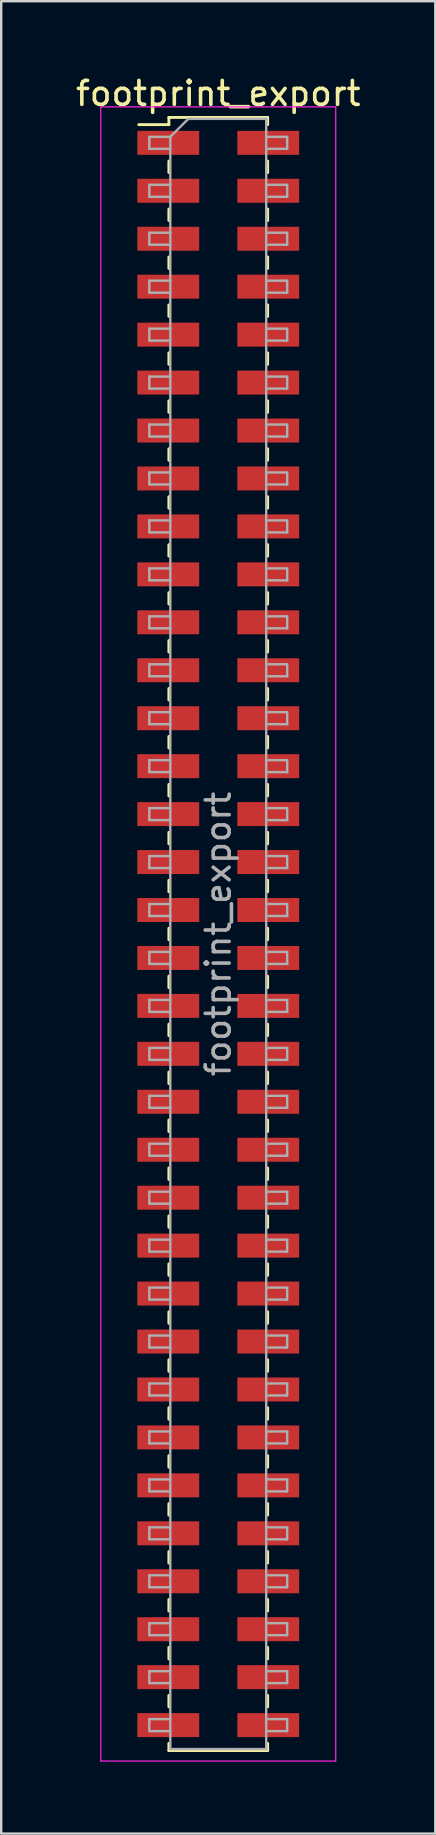
<source format=kicad_pcb>
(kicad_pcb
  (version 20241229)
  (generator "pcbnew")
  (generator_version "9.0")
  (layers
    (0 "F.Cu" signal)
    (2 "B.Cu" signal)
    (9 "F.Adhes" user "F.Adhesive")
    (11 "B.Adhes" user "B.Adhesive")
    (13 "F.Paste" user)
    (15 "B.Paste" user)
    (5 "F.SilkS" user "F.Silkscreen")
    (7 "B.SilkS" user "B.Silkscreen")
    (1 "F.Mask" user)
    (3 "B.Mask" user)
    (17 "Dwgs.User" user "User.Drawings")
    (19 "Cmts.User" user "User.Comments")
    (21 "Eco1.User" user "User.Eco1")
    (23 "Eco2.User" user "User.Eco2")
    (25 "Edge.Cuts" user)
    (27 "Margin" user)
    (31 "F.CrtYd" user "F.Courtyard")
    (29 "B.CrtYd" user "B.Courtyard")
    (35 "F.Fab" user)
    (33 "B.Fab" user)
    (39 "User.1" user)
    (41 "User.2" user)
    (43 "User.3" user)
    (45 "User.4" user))
  (footprint "footprint_export"
    (layer "F.Cu")
    (at 6.054 35.908)
    (property "Reference" "footprint_export" (at 0 -35.06 0) (layer "F.SilkS") (effects (font (size 1 1) (thickness 0.15))))
    (attr smd)
    (fp_line (start -3.315 -33.76) (end -2.06 -33.76) (stroke (width 0.12) (type solid)) (layer "F.SilkS"))
    (fp_line (start -2.06 -34.06) (end -2.06 -33.76) (stroke (width 0.12) (type solid)) (layer "F.SilkS"))
    (fp_line (start -2.06 -34.06) (end 2.06 -34.06) (stroke (width 0.12) (type solid)) (layer "F.SilkS"))
    (fp_line (start -2.06 -32.24) (end -2.06 -31.76) (stroke (width 0.12) (type solid)) (layer "F.SilkS"))
    (fp_line (start -2.06 -30.24) (end -2.06 -29.76) (stroke (width 0.12) (type solid)) (layer "F.SilkS"))
    (fp_line (start -2.06 -28.24) (end -2.06 -27.76) (stroke (width 0.12) (type solid)) (layer "F.SilkS"))
    (fp_line (start -2.06 -26.24) (end -2.06 -25.76) (stroke (width 0.12) (type solid)) (layer "F.SilkS"))
    (fp_line (start -2.06 -24.24) (end -2.06 -23.76) (stroke (width 0.12) (type solid)) (layer "F.SilkS"))
    (fp_line (start -2.06 -22.24) (end -2.06 -21.76) (stroke (width 0.12) (type solid)) (layer "F.SilkS"))
    (fp_line (start -2.06 -20.24) (end -2.06 -19.76) (stroke (width 0.12) (type solid)) (layer "F.SilkS"))
    (fp_line (start -2.06 -18.24) (end -2.06 -17.76) (stroke (width 0.12) (type solid)) (layer "F.SilkS"))
    (fp_line (start -2.06 -16.24) (end -2.06 -15.76) (stroke (width 0.12) (type solid)) (layer "F.SilkS"))
    (fp_line (start -2.06 -14.24) (end -2.06 -13.76) (stroke (width 0.12) (type solid)) (layer "F.SilkS"))
    (fp_line (start -2.06 -12.24) (end -2.06 -11.76) (stroke (width 0.12) (type solid)) (layer "F.SilkS"))
    (fp_line (start -2.06 -10.24) (end -2.06 -9.76) (stroke (width 0.12) (type solid)) (layer "F.SilkS"))
    (fp_line (start -2.06 -8.24) (end -2.06 -7.76) (stroke (width 0.12) (type solid)) (layer "F.SilkS"))
    (fp_line (start -2.06 -6.24) (end -2.06 -5.76) (stroke (width 0.12) (type solid)) (layer "F.SilkS"))
    (fp_line (start -2.06 -4.24) (end -2.06 -3.76) (stroke (width 0.12) (type solid)) (layer "F.SilkS"))
    (fp_line (start -2.06 -2.24) (end -2.06 -1.76) (stroke (width 0.12) (type solid)) (layer "F.SilkS"))
    (fp_line (start -2.06 -0.24) (end -2.06 0.24) (stroke (width 0.12) (type solid)) (layer "F.SilkS"))
    (fp_line (start -2.06 1.76) (end -2.06 2.24) (stroke (width 0.12) (type solid)) (layer "F.SilkS"))
    (fp_line (start -2.06 3.76) (end -2.06 4.24) (stroke (width 0.12) (type solid)) (layer "F.SilkS"))
    (fp_line (start -2.06 5.76) (end -2.06 6.24) (stroke (width 0.12) (type solid)) (layer "F.SilkS"))
    (fp_line (start -2.06 7.76) (end -2.06 8.24) (stroke (width 0.12) (type solid)) (layer "F.SilkS"))
    (fp_line (start -2.06 9.76) (end -2.06 10.24) (stroke (width 0.12) (type solid)) (layer "F.SilkS"))
    (fp_line (start -2.06 11.76) (end -2.06 12.24) (stroke (width 0.12) (type solid)) (layer "F.SilkS"))
    (fp_line (start -2.06 13.76) (end -2.06 14.24) (stroke (width 0.12) (type solid)) (layer "F.SilkS"))
    (fp_line (start -2.06 15.76) (end -2.06 16.24) (stroke (width 0.12) (type solid)) (layer "F.SilkS"))
    (fp_line (start -2.06 17.76) (end -2.06 18.24) (stroke (width 0.12) (type solid)) (layer "F.SilkS"))
    (fp_line (start -2.06 19.76) (end -2.06 20.24) (stroke (width 0.12) (type solid)) (layer "F.SilkS"))
    (fp_line (start -2.06 21.76) (end -2.06 22.24) (stroke (width 0.12) (type solid)) (layer "F.SilkS"))
    (fp_line (start -2.06 23.76) (end -2.06 24.24) (stroke (width 0.12) (type solid)) (layer "F.SilkS"))
    (fp_line (start -2.06 25.76) (end -2.06 26.24) (stroke (width 0.12) (type solid)) (layer "F.SilkS"))
    (fp_line (start -2.06 27.76) (end -2.06 28.24) (stroke (width 0.12) (type solid)) (layer "F.SilkS"))
    (fp_line (start -2.06 29.76) (end -2.06 30.24) (stroke (width 0.12) (type solid)) (layer "F.SilkS"))
    (fp_line (start -2.06 31.76) (end -2.06 32.24) (stroke (width 0.12) (type solid)) (layer "F.SilkS"))
    (fp_line (start -2.06 33.76) (end -2.06 34.06) (stroke (width 0.12) (type solid)) (layer "F.SilkS"))
    (fp_line (start -2.06 34.06) (end 2.06 34.06) (stroke (width 0.12) (type solid)) (layer "F.SilkS"))
    (fp_line (start 2.06 -34.06) (end 2.06 -33.76) (stroke (width 0.12) (type solid)) (layer "F.SilkS"))
    (fp_line (start 2.06 -32.24) (end 2.06 -31.76) (stroke (width 0.12) (type solid)) (layer "F.SilkS"))
    (fp_line (start 2.06 -30.24) (end 2.06 -29.76) (stroke (width 0.12) (type solid)) (layer "F.SilkS"))
    (fp_line (start 2.06 -28.24) (end 2.06 -27.76) (stroke (width 0.12) (type solid)) (layer "F.SilkS"))
    (fp_line (start 2.06 -26.24) (end 2.06 -25.76) (stroke (width 0.12) (type solid)) (layer "F.SilkS"))
    (fp_line (start 2.06 -24.24) (end 2.06 -23.76) (stroke (width 0.12) (type solid)) (layer "F.SilkS"))
    (fp_line (start 2.06 -22.24) (end 2.06 -21.76) (stroke (width 0.12) (type solid)) (layer "F.SilkS"))
    (fp_line (start 2.06 -20.24) (end 2.06 -19.76) (stroke (width 0.12) (type solid)) (layer "F.SilkS"))
    (fp_line (start 2.06 -18.24) (end 2.06 -17.76) (stroke (width 0.12) (type solid)) (layer "F.SilkS"))
    (fp_line (start 2.06 -16.24) (end 2.06 -15.76) (stroke (width 0.12) (type solid)) (layer "F.SilkS"))
    (fp_line (start 2.06 -14.24) (end 2.06 -13.76) (stroke (width 0.12) (type solid)) (layer "F.SilkS"))
    (fp_line (start 2.06 -12.24) (end 2.06 -11.76) (stroke (width 0.12) (type solid)) (layer "F.SilkS"))
    (fp_line (start 2.06 -10.24) (end 2.06 -9.76) (stroke (width 0.12) (type solid)) (layer "F.SilkS"))
    (fp_line (start 2.06 -8.24) (end 2.06 -7.76) (stroke (width 0.12) (type solid)) (layer "F.SilkS"))
    (fp_line (start 2.06 -6.24) (end 2.06 -5.76) (stroke (width 0.12) (type solid)) (layer "F.SilkS"))
    (fp_line (start 2.06 -4.24) (end 2.06 -3.76) (stroke (width 0.12) (type solid)) (layer "F.SilkS"))
    (fp_line (start 2.06 -2.24) (end 2.06 -1.76) (stroke (width 0.12) (type solid)) (layer "F.SilkS"))
    (fp_line (start 2.06 -0.24) (end 2.06 0.24) (stroke (width 0.12) (type solid)) (layer "F.SilkS"))
    (fp_line (start 2.06 1.76) (end 2.06 2.24) (stroke (width 0.12) (type solid)) (layer "F.SilkS"))
    (fp_line (start 2.06 3.76) (end 2.06 4.24) (stroke (width 0.12) (type solid)) (layer "F.SilkS"))
    (fp_line (start 2.06 5.76) (end 2.06 6.24) (stroke (width 0.12) (type solid)) (layer "F.SilkS"))
    (fp_line (start 2.06 7.76) (end 2.06 8.24) (stroke (width 0.12) (type solid)) (layer "F.SilkS"))
    (fp_line (start 2.06 9.76) (end 2.06 10.24) (stroke (width 0.12) (type solid)) (layer "F.SilkS"))
    (fp_line (start 2.06 11.76) (end 2.06 12.24) (stroke (width 0.12) (type solid)) (layer "F.SilkS"))
    (fp_line (start 2.06 13.76) (end 2.06 14.24) (stroke (width 0.12) (type solid)) (layer "F.SilkS"))
    (fp_line (start 2.06 15.76) (end 2.06 16.24) (stroke (width 0.12) (type solid)) (layer "F.SilkS"))
    (fp_line (start 2.06 17.76) (end 2.06 18.24) (stroke (width 0.12) (type solid)) (layer "F.SilkS"))
    (fp_line (start 2.06 19.76) (end 2.06 20.24) (stroke (width 0.12) (type solid)) (layer "F.SilkS"))
    (fp_line (start 2.06 21.76) (end 2.06 22.24) (stroke (width 0.12) (type solid)) (layer "F.SilkS"))
    (fp_line (start 2.06 23.76) (end 2.06 24.24) (stroke (width 0.12) (type solid)) (layer "F.SilkS"))
    (fp_line (start 2.06 25.76) (end 2.06 26.24) (stroke (width 0.12) (type solid)) (layer "F.SilkS"))
    (fp_line (start 2.06 27.76) (end 2.06 28.24) (stroke (width 0.12) (type solid)) (layer "F.SilkS"))
    (fp_line (start 2.06 29.76) (end 2.06 30.24) (stroke (width 0.12) (type solid)) (layer "F.SilkS"))
    (fp_line (start 2.06 31.76) (end 2.06 32.24) (stroke (width 0.12) (type solid)) (layer "F.SilkS"))
    (fp_line (start 2.06 33.76) (end 2.06 34.06) (stroke (width 0.12) (type solid)) (layer "F.SilkS"))
    (fp_line (start -4.9 -34.5) (end -4.9 34.5) (stroke (width 0.05) (type solid)) (layer "F.CrtYd"))
    (fp_line (start -4.9 34.5) (end 4.9 34.5) (stroke (width 0.05) (type solid)) (layer "F.CrtYd"))
    (fp_line (start 4.9 -34.5) (end -4.9 -34.5) (stroke (width 0.05) (type solid)) (layer "F.CrtYd"))
    (fp_line (start 4.9 34.5) (end 4.9 -34.5) (stroke (width 0.05) (type solid)) (layer "F.CrtYd"))
    (fp_line (start -2.875 -33.25) (end -2.875 -32.75) (stroke (width 0.1) (type solid)) (layer "F.Fab"))
    (fp_line (start -2.875 -32.75) (end -2 -32.75) (stroke (width 0.1) (type solid)) (layer "F.Fab"))
    (fp_line (start -2.875 -31.25) (end -2.875 -30.75) (stroke (width 0.1) (type solid)) (layer "F.Fab"))
    (fp_line (start -2.875 -30.75) (end -2 -30.75) (stroke (width 0.1) (type solid)) (layer "F.Fab"))
    (fp_line (start -2.875 -29.25) (end -2.875 -28.75) (stroke (width 0.1) (type solid)) (layer "F.Fab"))
    (fp_line (start -2.875 -28.75) (end -2 -28.75) (stroke (width 0.1) (type solid)) (layer "F.Fab"))
    (fp_line (start -2.875 -27.25) (end -2.875 -26.75) (stroke (width 0.1) (type solid)) (layer "F.Fab"))
    (fp_line (start -2.875 -26.75) (end -2 -26.75) (stroke (width 0.1) (type solid)) (layer "F.Fab"))
    (fp_line (start -2.875 -25.25) (end -2.875 -24.75) (stroke (width 0.1) (type solid)) (layer "F.Fab"))
    (fp_line (start -2.875 -24.75) (end -2 -24.75) (stroke (width 0.1) (type solid)) (layer "F.Fab"))
    (fp_line (start -2.875 -23.25) (end -2.875 -22.75) (stroke (width 0.1) (type solid)) (layer "F.Fab"))
    (fp_line (start -2.875 -22.75) (end -2 -22.75) (stroke (width 0.1) (type solid)) (layer "F.Fab"))
    (fp_line (start -2.875 -21.25) (end -2.875 -20.75) (stroke (width 0.1) (type solid)) (layer "F.Fab"))
    (fp_line (start -2.875 -20.75) (end -2 -20.75) (stroke (width 0.1) (type solid)) (layer "F.Fab"))
    (fp_line (start -2.875 -19.25) (end -2.875 -18.75) (stroke (width 0.1) (type solid)) (layer "F.Fab"))
    (fp_line (start -2.875 -18.75) (end -2 -18.75) (stroke (width 0.1) (type solid)) (layer "F.Fab"))
    (fp_line (start -2.875 -17.25) (end -2.875 -16.75) (stroke (width 0.1) (type solid)) (layer "F.Fab"))
    (fp_line (start -2.875 -16.75) (end -2 -16.75) (stroke (width 0.1) (type solid)) (layer "F.Fab"))
    (fp_line (start -2.875 -15.25) (end -2.875 -14.75) (stroke (width 0.1) (type solid)) (layer "F.Fab"))
    (fp_line (start -2.875 -14.75) (end -2 -14.75) (stroke (width 0.1) (type solid)) (layer "F.Fab"))
    (fp_line (start -2.875 -13.25) (end -2.875 -12.75) (stroke (width 0.1) (type solid)) (layer "F.Fab"))
    (fp_line (start -2.875 -12.75) (end -2 -12.75) (stroke (width 0.1) (type solid)) (layer "F.Fab"))
    (fp_line (start -2.875 -11.25) (end -2.875 -10.75) (stroke (width 0.1) (type solid)) (layer "F.Fab"))
    (fp_line (start -2.875 -10.75) (end -2 -10.75) (stroke (width 0.1) (type solid)) (layer "F.Fab"))
    (fp_line (start -2.875 -9.25) (end -2.875 -8.75) (stroke (width 0.1) (type solid)) (layer "F.Fab"))
    (fp_line (start -2.875 -8.75) (end -2 -8.75) (stroke (width 0.1) (type solid)) (layer "F.Fab"))
    (fp_line (start -2.875 -7.25) (end -2.875 -6.75) (stroke (width 0.1) (type solid)) (layer "F.Fab"))
    (fp_line (start -2.875 -6.75) (end -2 -6.75) (stroke (width 0.1) (type solid)) (layer "F.Fab"))
    (fp_line (start -2.875 -5.25) (end -2.875 -4.75) (stroke (width 0.1) (type solid)) (layer "F.Fab"))
    (fp_line (start -2.875 -4.75) (end -2 -4.75) (stroke (width 0.1) (type solid)) (layer "F.Fab"))
    (fp_line (start -2.875 -3.25) (end -2.875 -2.75) (stroke (width 0.1) (type solid)) (layer "F.Fab"))
    (fp_line (start -2.875 -2.75) (end -2 -2.75) (stroke (width 0.1) (type solid)) (layer "F.Fab"))
    (fp_line (start -2.875 -1.25) (end -2.875 -0.75) (stroke (width 0.1) (type solid)) (layer "F.Fab"))
    (fp_line (start -2.875 -0.75) (end -2 -0.75) (stroke (width 0.1) (type solid)) (layer "F.Fab"))
    (fp_line (start -2.875 0.75) (end -2.875 1.25) (stroke (width 0.1) (type solid)) (layer "F.Fab"))
    (fp_line (start -2.875 1.25) (end -2 1.25) (stroke (width 0.1) (type solid)) (layer "F.Fab"))
    (fp_line (start -2.875 2.75) (end -2.875 3.25) (stroke (width 0.1) (type solid)) (layer "F.Fab"))
    (fp_line (start -2.875 3.25) (end -2 3.25) (stroke (width 0.1) (type solid)) (layer "F.Fab"))
    (fp_line (start -2.875 4.75) (end -2.875 5.25) (stroke (width 0.1) (type solid)) (layer "F.Fab"))
    (fp_line (start -2.875 5.25) (end -2 5.25) (stroke (width 0.1) (type solid)) (layer "F.Fab"))
    (fp_line (start -2.875 6.75) (end -2.875 7.25) (stroke (width 0.1) (type solid)) (layer "F.Fab"))
    (fp_line (start -2.875 7.25) (end -2 7.25) (stroke (width 0.1) (type solid)) (layer "F.Fab"))
    (fp_line (start -2.875 8.75) (end -2.875 9.25) (stroke (width 0.1) (type solid)) (layer "F.Fab"))
    (fp_line (start -2.875 9.25) (end -2 9.25) (stroke (width 0.1) (type solid)) (layer "F.Fab"))
    (fp_line (start -2.875 10.75) (end -2.875 11.25) (stroke (width 0.1) (type solid)) (layer "F.Fab"))
    (fp_line (start -2.875 11.25) (end -2 11.25) (stroke (width 0.1) (type solid)) (layer "F.Fab"))
    (fp_line (start -2.875 12.75) (end -2.875 13.25) (stroke (width 0.1) (type solid)) (layer "F.Fab"))
    (fp_line (start -2.875 13.25) (end -2 13.25) (stroke (width 0.1) (type solid)) (layer "F.Fab"))
    (fp_line (start -2.875 14.75) (end -2.875 15.25) (stroke (width 0.1) (type solid)) (layer "F.Fab"))
    (fp_line (start -2.875 15.25) (end -2 15.25) (stroke (width 0.1) (type solid)) (layer "F.Fab"))
    (fp_line (start -2.875 16.75) (end -2.875 17.25) (stroke (width 0.1) (type solid)) (layer "F.Fab"))
    (fp_line (start -2.875 17.25) (end -2 17.25) (stroke (width 0.1) (type solid)) (layer "F.Fab"))
    (fp_line (start -2.875 18.75) (end -2.875 19.25) (stroke (width 0.1) (type solid)) (layer "F.Fab"))
    (fp_line (start -2.875 19.25) (end -2 19.25) (stroke (width 0.1) (type solid)) (layer "F.Fab"))
    (fp_line (start -2.875 20.75) (end -2.875 21.25) (stroke (width 0.1) (type solid)) (layer "F.Fab"))
    (fp_line (start -2.875 21.25) (end -2 21.25) (stroke (width 0.1) (type solid)) (layer "F.Fab"))
    (fp_line (start -2.875 22.75) (end -2.875 23.25) (stroke (width 0.1) (type solid)) (layer "F.Fab"))
    (fp_line (start -2.875 23.25) (end -2 23.25) (stroke (width 0.1) (type solid)) (layer "F.Fab"))
    (fp_line (start -2.875 24.75) (end -2.875 25.25) (stroke (width 0.1) (type solid)) (layer "F.Fab"))
    (fp_line (start -2.875 25.25) (end -2 25.25) (stroke (width 0.1) (type solid)) (layer "F.Fab"))
    (fp_line (start -2.875 26.75) (end -2.875 27.25) (stroke (width 0.1) (type solid)) (layer "F.Fab"))
    (fp_line (start -2.875 27.25) (end -2 27.25) (stroke (width 0.1) (type solid)) (layer "F.Fab"))
    (fp_line (start -2.875 28.75) (end -2.875 29.25) (stroke (width 0.1) (type solid)) (layer "F.Fab"))
    (fp_line (start -2.875 29.25) (end -2 29.25) (stroke (width 0.1) (type solid)) (layer "F.Fab"))
    (fp_line (start -2.875 30.75) (end -2.875 31.25) (stroke (width 0.1) (type solid)) (layer "F.Fab"))
    (fp_line (start -2.875 31.25) (end -2 31.25) (stroke (width 0.1) (type solid)) (layer "F.Fab"))
    (fp_line (start -2.875 32.75) (end -2.875 33.25) (stroke (width 0.1) (type solid)) (layer "F.Fab"))
    (fp_line (start -2.875 33.25) (end -2 33.25) (stroke (width 0.1) (type solid)) (layer "F.Fab"))
    (fp_line (start -2 -33.25) (end -2.875 -33.25) (stroke (width 0.1) (type solid)) (layer "F.Fab"))
    (fp_line (start -2 -33.25) (end -1.25 -34) (stroke (width 0.1) (type solid)) (layer "F.Fab"))
    (fp_line (start -2 -31.25) (end -2.875 -31.25) (stroke (width 0.1) (type solid)) (layer "F.Fab"))
    (fp_line (start -2 -29.25) (end -2.875 -29.25) (stroke (width 0.1) (type solid)) (layer "F.Fab"))
    (fp_line (start -2 -27.25) (end -2.875 -27.25) (stroke (width 0.1) (type solid)) (layer "F.Fab"))
    (fp_line (start -2 -25.25) (end -2.875 -25.25) (stroke (width 0.1) (type solid)) (layer "F.Fab"))
    (fp_line (start -2 -23.25) (end -2.875 -23.25) (stroke (width 0.1) (type solid)) (layer "F.Fab"))
    (fp_line (start -2 -21.25) (end -2.875 -21.25) (stroke (width 0.1) (type solid)) (layer "F.Fab"))
    (fp_line (start -2 -19.25) (end -2.875 -19.25) (stroke (width 0.1) (type solid)) (layer "F.Fab"))
    (fp_line (start -2 -17.25) (end -2.875 -17.25) (stroke (width 0.1) (type solid)) (layer "F.Fab"))
    (fp_line (start -2 -15.25) (end -2.875 -15.25) (stroke (width 0.1) (type solid)) (layer "F.Fab"))
    (fp_line (start -2 -13.25) (end -2.875 -13.25) (stroke (width 0.1) (type solid)) (layer "F.Fab"))
    (fp_line (start -2 -11.25) (end -2.875 -11.25) (stroke (width 0.1) (type solid)) (layer "F.Fab"))
    (fp_line (start -2 -9.25) (end -2.875 -9.25) (stroke (width 0.1) (type solid)) (layer "F.Fab"))
    (fp_line (start -2 -7.25) (end -2.875 -7.25) (stroke (width 0.1) (type solid)) (layer "F.Fab"))
    (fp_line (start -2 -5.25) (end -2.875 -5.25) (stroke (width 0.1) (type solid)) (layer "F.Fab"))
    (fp_line (start -2 -3.25) (end -2.875 -3.25) (stroke (width 0.1) (type solid)) (layer "F.Fab"))
    (fp_line (start -2 -1.25) (end -2.875 -1.25) (stroke (width 0.1) (type solid)) (layer "F.Fab"))
    (fp_line (start -2 0.75) (end -2.875 0.75) (stroke (width 0.1) (type solid)) (layer "F.Fab"))
    (fp_line (start -2 2.75) (end -2.875 2.75) (stroke (width 0.1) (type solid)) (layer "F.Fab"))
    (fp_line (start -2 4.75) (end -2.875 4.75) (stroke (width 0.1) (type solid)) (layer "F.Fab"))
    (fp_line (start -2 6.75) (end -2.875 6.75) (stroke (width 0.1) (type solid)) (layer "F.Fab"))
    (fp_line (start -2 8.75) (end -2.875 8.75) (stroke (width 0.1) (type solid)) (layer "F.Fab"))
    (fp_line (start -2 10.75) (end -2.875 10.75) (stroke (width 0.1) (type solid)) (layer "F.Fab"))
    (fp_line (start -2 12.75) (end -2.875 12.75) (stroke (width 0.1) (type solid)) (layer "F.Fab"))
    (fp_line (start -2 14.75) (end -2.875 14.75) (stroke (width 0.1) (type solid)) (layer "F.Fab"))
    (fp_line (start -2 16.75) (end -2.875 16.75) (stroke (width 0.1) (type solid)) (layer "F.Fab"))
    (fp_line (start -2 18.75) (end -2.875 18.75) (stroke (width 0.1) (type solid)) (layer "F.Fab"))
    (fp_line (start -2 20.75) (end -2.875 20.75) (stroke (width 0.1) (type solid)) (layer "F.Fab"))
    (fp_line (start -2 22.75) (end -2.875 22.75) (stroke (width 0.1) (type solid)) (layer "F.Fab"))
    (fp_line (start -2 24.75) (end -2.875 24.75) (stroke (width 0.1) (type solid)) (layer "F.Fab"))
    (fp_line (start -2 26.75) (end -2.875 26.75) (stroke (width 0.1) (type solid)) (layer "F.Fab"))
    (fp_line (start -2 28.75) (end -2.875 28.75) (stroke (width 0.1) (type solid)) (layer "F.Fab"))
    (fp_line (start -2 30.75) (end -2.875 30.75) (stroke (width 0.1) (type solid)) (layer "F.Fab"))
    (fp_line (start -2 32.75) (end -2.875 32.75) (stroke (width 0.1) (type solid)) (layer "F.Fab"))
    (fp_line (start -2 34) (end -2 -33.25) (stroke (width 0.1) (type solid)) (layer "F.Fab"))
    (fp_line (start -1.25 -34) (end 2 -34) (stroke (width 0.1) (type solid)) (layer "F.Fab"))
    (fp_line (start 2 -34) (end 2 34) (stroke (width 0.1) (type solid)) (layer "F.Fab"))
    (fp_line (start 2 -33.25) (end 2.875 -33.25) (stroke (width 0.1) (type solid)) (layer "F.Fab"))
    (fp_line (start 2 -31.25) (end 2.875 -31.25) (stroke (width 0.1) (type solid)) (layer "F.Fab"))
    (fp_line (start 2 -29.25) (end 2.875 -29.25) (stroke (width 0.1) (type solid)) (layer "F.Fab"))
    (fp_line (start 2 -27.25) (end 2.875 -27.25) (stroke (width 0.1) (type solid)) (layer "F.Fab"))
    (fp_line (start 2 -25.25) (end 2.875 -25.25) (stroke (width 0.1) (type solid)) (layer "F.Fab"))
    (fp_line (start 2 -23.25) (end 2.875 -23.25) (stroke (width 0.1) (type solid)) (layer "F.Fab"))
    (fp_line (start 2 -21.25) (end 2.875 -21.25) (stroke (width 0.1) (type solid)) (layer "F.Fab"))
    (fp_line (start 2 -19.25) (end 2.875 -19.25) (stroke (width 0.1) (type solid)) (layer "F.Fab"))
    (fp_line (start 2 -17.25) (end 2.875 -17.25) (stroke (width 0.1) (type solid)) (layer "F.Fab"))
    (fp_line (start 2 -15.25) (end 2.875 -15.25) (stroke (width 0.1) (type solid)) (layer "F.Fab"))
    (fp_line (start 2 -13.25) (end 2.875 -13.25) (stroke (width 0.1) (type solid)) (layer "F.Fab"))
    (fp_line (start 2 -11.25) (end 2.875 -11.25) (stroke (width 0.1) (type solid)) (layer "F.Fab"))
    (fp_line (start 2 -9.25) (end 2.875 -9.25) (stroke (width 0.1) (type solid)) (layer "F.Fab"))
    (fp_line (start 2 -7.25) (end 2.875 -7.25) (stroke (width 0.1) (type solid)) (layer "F.Fab"))
    (fp_line (start 2 -5.25) (end 2.875 -5.25) (stroke (width 0.1) (type solid)) (layer "F.Fab"))
    (fp_line (start 2 -3.25) (end 2.875 -3.25) (stroke (width 0.1) (type solid)) (layer "F.Fab"))
    (fp_line (start 2 -1.25) (end 2.875 -1.25) (stroke (width 0.1) (type solid)) (layer "F.Fab"))
    (fp_line (start 2 0.75) (end 2.875 0.75) (stroke (width 0.1) (type solid)) (layer "F.Fab"))
    (fp_line (start 2 2.75) (end 2.875 2.75) (stroke (width 0.1) (type solid)) (layer "F.Fab"))
    (fp_line (start 2 4.75) (end 2.875 4.75) (stroke (width 0.1) (type solid)) (layer "F.Fab"))
    (fp_line (start 2 6.75) (end 2.875 6.75) (stroke (width 0.1) (type solid)) (layer "F.Fab"))
    (fp_line (start 2 8.75) (end 2.875 8.75) (stroke (width 0.1) (type solid)) (layer "F.Fab"))
    (fp_line (start 2 10.75) (end 2.875 10.75) (stroke (width 0.1) (type solid)) (layer "F.Fab"))
    (fp_line (start 2 12.75) (end 2.875 12.75) (stroke (width 0.1) (type solid)) (layer "F.Fab"))
    (fp_line (start 2 14.75) (end 2.875 14.75) (stroke (width 0.1) (type solid)) (layer "F.Fab"))
    (fp_line (start 2 16.75) (end 2.875 16.75) (stroke (width 0.1) (type solid)) (layer "F.Fab"))
    (fp_line (start 2 18.75) (end 2.875 18.75) (stroke (width 0.1) (type solid)) (layer "F.Fab"))
    (fp_line (start 2 20.75) (end 2.875 20.75) (stroke (width 0.1) (type solid)) (layer "F.Fab"))
    (fp_line (start 2 22.75) (end 2.875 22.75) (stroke (width 0.1) (type solid)) (layer "F.Fab"))
    (fp_line (start 2 24.75) (end 2.875 24.75) (stroke (width 0.1) (type solid)) (layer "F.Fab"))
    (fp_line (start 2 26.75) (end 2.875 26.75) (stroke (width 0.1) (type solid)) (layer "F.Fab"))
    (fp_line (start 2 28.75) (end 2.875 28.75) (stroke (width 0.1) (type solid)) (layer "F.Fab"))
    (fp_line (start 2 30.75) (end 2.875 30.75) (stroke (width 0.1) (type solid)) (layer "F.Fab"))
    (fp_line (start 2 32.75) (end 2.875 32.75) (stroke (width 0.1) (type solid)) (layer "F.Fab"))
    (fp_line (start 2 34) (end -2 34) (stroke (width 0.1) (type solid)) (layer "F.Fab"))
    (fp_line (start 2.875 -33.25) (end 2.875 -32.75) (stroke (width 0.1) (type solid)) (layer "F.Fab"))
    (fp_line (start 2.875 -32.75) (end 2 -32.75) (stroke (width 0.1) (type solid)) (layer "F.Fab"))
    (fp_line (start 2.875 -31.25) (end 2.875 -30.75) (stroke (width 0.1) (type solid)) (layer "F.Fab"))
    (fp_line (start 2.875 -30.75) (end 2 -30.75) (stroke (width 0.1) (type solid)) (layer "F.Fab"))
    (fp_line (start 2.875 -29.25) (end 2.875 -28.75) (stroke (width 0.1) (type solid)) (layer "F.Fab"))
    (fp_line (start 2.875 -28.75) (end 2 -28.75) (stroke (width 0.1) (type solid)) (layer "F.Fab"))
    (fp_line (start 2.875 -27.25) (end 2.875 -26.75) (stroke (width 0.1) (type solid)) (layer "F.Fab"))
    (fp_line (start 2.875 -26.75) (end 2 -26.75) (stroke (width 0.1) (type solid)) (layer "F.Fab"))
    (fp_line (start 2.875 -25.25) (end 2.875 -24.75) (stroke (width 0.1) (type solid)) (layer "F.Fab"))
    (fp_line (start 2.875 -24.75) (end 2 -24.75) (stroke (width 0.1) (type solid)) (layer "F.Fab"))
    (fp_line (start 2.875 -23.25) (end 2.875 -22.75) (stroke (width 0.1) (type solid)) (layer "F.Fab"))
    (fp_line (start 2.875 -22.75) (end 2 -22.75) (stroke (width 0.1) (type solid)) (layer "F.Fab"))
    (fp_line (start 2.875 -21.25) (end 2.875 -20.75) (stroke (width 0.1) (type solid)) (layer "F.Fab"))
    (fp_line (start 2.875 -20.75) (end 2 -20.75) (stroke (width 0.1) (type solid)) (layer "F.Fab"))
    (fp_line (start 2.875 -19.25) (end 2.875 -18.75) (stroke (width 0.1) (type solid)) (layer "F.Fab"))
    (fp_line (start 2.875 -18.75) (end 2 -18.75) (stroke (width 0.1) (type solid)) (layer "F.Fab"))
    (fp_line (start 2.875 -17.25) (end 2.875 -16.75) (stroke (width 0.1) (type solid)) (layer "F.Fab"))
    (fp_line (start 2.875 -16.75) (end 2 -16.75) (stroke (width 0.1) (type solid)) (layer "F.Fab"))
    (fp_line (start 2.875 -15.25) (end 2.875 -14.75) (stroke (width 0.1) (type solid)) (layer "F.Fab"))
    (fp_line (start 2.875 -14.75) (end 2 -14.75) (stroke (width 0.1) (type solid)) (layer "F.Fab"))
    (fp_line (start 2.875 -13.25) (end 2.875 -12.75) (stroke (width 0.1) (type solid)) (layer "F.Fab"))
    (fp_line (start 2.875 -12.75) (end 2 -12.75) (stroke (width 0.1) (type solid)) (layer "F.Fab"))
    (fp_line (start 2.875 -11.25) (end 2.875 -10.75) (stroke (width 0.1) (type solid)) (layer "F.Fab"))
    (fp_line (start 2.875 -10.75) (end 2 -10.75) (stroke (width 0.1) (type solid)) (layer "F.Fab"))
    (fp_line (start 2.875 -9.25) (end 2.875 -8.75) (stroke (width 0.1) (type solid)) (layer "F.Fab"))
    (fp_line (start 2.875 -8.75) (end 2 -8.75) (stroke (width 0.1) (type solid)) (layer "F.Fab"))
    (fp_line (start 2.875 -7.25) (end 2.875 -6.75) (stroke (width 0.1) (type solid)) (layer "F.Fab"))
    (fp_line (start 2.875 -6.75) (end 2 -6.75) (stroke (width 0.1) (type solid)) (layer "F.Fab"))
    (fp_line (start 2.875 -5.25) (end 2.875 -4.75) (stroke (width 0.1) (type solid)) (layer "F.Fab"))
    (fp_line (start 2.875 -4.75) (end 2 -4.75) (stroke (width 0.1) (type solid)) (layer "F.Fab"))
    (fp_line (start 2.875 -3.25) (end 2.875 -2.75) (stroke (width 0.1) (type solid)) (layer "F.Fab"))
    (fp_line (start 2.875 -2.75) (end 2 -2.75) (stroke (width 0.1) (type solid)) (layer "F.Fab"))
    (fp_line (start 2.875 -1.25) (end 2.875 -0.75) (stroke (width 0.1) (type solid)) (layer "F.Fab"))
    (fp_line (start 2.875 -0.75) (end 2 -0.75) (stroke (width 0.1) (type solid)) (layer "F.Fab"))
    (fp_line (start 2.875 0.75) (end 2.875 1.25) (stroke (width 0.1) (type solid)) (layer "F.Fab"))
    (fp_line (start 2.875 1.25) (end 2 1.25) (stroke (width 0.1) (type solid)) (layer "F.Fab"))
    (fp_line (start 2.875 2.75) (end 2.875 3.25) (stroke (width 0.1) (type solid)) (layer "F.Fab"))
    (fp_line (start 2.875 3.25) (end 2 3.25) (stroke (width 0.1) (type solid)) (layer "F.Fab"))
    (fp_line (start 2.875 4.75) (end 2.875 5.25) (stroke (width 0.1) (type solid)) (layer "F.Fab"))
    (fp_line (start 2.875 5.25) (end 2 5.25) (stroke (width 0.1) (type solid)) (layer "F.Fab"))
    (fp_line (start 2.875 6.75) (end 2.875 7.25) (stroke (width 0.1) (type solid)) (layer "F.Fab"))
    (fp_line (start 2.875 7.25) (end 2 7.25) (stroke (width 0.1) (type solid)) (layer "F.Fab"))
    (fp_line (start 2.875 8.75) (end 2.875 9.25) (stroke (width 0.1) (type solid)) (layer "F.Fab"))
    (fp_line (start 2.875 9.25) (end 2 9.25) (stroke (width 0.1) (type solid)) (layer "F.Fab"))
    (fp_line (start 2.875 10.75) (end 2.875 11.25) (stroke (width 0.1) (type solid)) (layer "F.Fab"))
    (fp_line (start 2.875 11.25) (end 2 11.25) (stroke (width 0.1) (type solid)) (layer "F.Fab"))
    (fp_line (start 2.875 12.75) (end 2.875 13.25) (stroke (width 0.1) (type solid)) (layer "F.Fab"))
    (fp_line (start 2.875 13.25) (end 2 13.25) (stroke (width 0.1) (type solid)) (layer "F.Fab"))
    (fp_line (start 2.875 14.75) (end 2.875 15.25) (stroke (width 0.1) (type solid)) (layer "F.Fab"))
    (fp_line (start 2.875 15.25) (end 2 15.25) (stroke (width 0.1) (type solid)) (layer "F.Fab"))
    (fp_line (start 2.875 16.75) (end 2.875 17.25) (stroke (width 0.1) (type solid)) (layer "F.Fab"))
    (fp_line (start 2.875 17.25) (end 2 17.25) (stroke (width 0.1) (type solid)) (layer "F.Fab"))
    (fp_line (start 2.875 18.75) (end 2.875 19.25) (stroke (width 0.1) (type solid)) (layer "F.Fab"))
    (fp_line (start 2.875 19.25) (end 2 19.25) (stroke (width 0.1) (type solid)) (layer "F.Fab"))
    (fp_line (start 2.875 20.75) (end 2.875 21.25) (stroke (width 0.1) (type solid)) (layer "F.Fab"))
    (fp_line (start 2.875 21.25) (end 2 21.25) (stroke (width 0.1) (type solid)) (layer "F.Fab"))
    (fp_line (start 2.875 22.75) (end 2.875 23.25) (stroke (width 0.1) (type solid)) (layer "F.Fab"))
    (fp_line (start 2.875 23.25) (end 2 23.25) (stroke (width 0.1) (type solid)) (layer "F.Fab"))
    (fp_line (start 2.875 24.75) (end 2.875 25.25) (stroke (width 0.1) (type solid)) (layer "F.Fab"))
    (fp_line (start 2.875 25.25) (end 2 25.25) (stroke (width 0.1) (type solid)) (layer "F.Fab"))
    (fp_line (start 2.875 26.75) (end 2.875 27.25) (stroke (width 0.1) (type solid)) (layer "F.Fab"))
    (fp_line (start 2.875 27.25) (end 2 27.25) (stroke (width 0.1) (type solid)) (layer "F.Fab"))
    (fp_line (start 2.875 28.75) (end 2.875 29.25) (stroke (width 0.1) (type solid)) (layer "F.Fab"))
    (fp_line (start 2.875 29.25) (end 2 29.25) (stroke (width 0.1) (type solid)) (layer "F.Fab"))
    (fp_line (start 2.875 30.75) (end 2.875 31.25) (stroke (width 0.1) (type solid)) (layer "F.Fab"))
    (fp_line (start 2.875 31.25) (end 2 31.25) (stroke (width 0.1) (type solid)) (layer "F.Fab"))
    (fp_line (start 2.875 32.75) (end 2.875 33.25) (stroke (width 0.1) (type solid)) (layer "F.Fab"))
    (fp_line (start 2.875 33.25) (end 2 33.25) (stroke (width 0.1) (type solid)) (layer "F.Fab"))
    (fp_text user "${REFERENCE}" (at 0 0 90) (layer "F.Fab") (effects (font (size 1 1) (thickness 0.15))))
    (pad "1" smd rect (at -2.085 -33) (size 2.58 1) (layers "F.Cu" "F.Mask" "F.Paste"))
    (pad "2" smd rect (at 2.085 -33) (size 2.58 1) (layers "F.Cu" "F.Mask" "F.Paste"))
    (pad "3" smd rect (at -2.085 -31) (size 2.58 1) (layers "F.Cu" "F.Mask" "F.Paste"))
    (pad "4" smd rect (at 2.085 -31) (size 2.58 1) (layers "F.Cu" "F.Mask" "F.Paste"))
    (pad "5" smd rect (at -2.085 -29) (size 2.58 1) (layers "F.Cu" "F.Mask" "F.Paste"))
    (pad "6" smd rect (at 2.085 -29) (size 2.58 1) (layers "F.Cu" "F.Mask" "F.Paste"))
    (pad "7" smd rect (at -2.085 -27) (size 2.58 1) (layers "F.Cu" "F.Mask" "F.Paste"))
    (pad "8" smd rect (at 2.085 -27) (size 2.58 1) (layers "F.Cu" "F.Mask" "F.Paste"))
    (pad "9" smd rect (at -2.085 -25) (size 2.58 1) (layers "F.Cu" "F.Mask" "F.Paste"))
    (pad "10" smd rect (at 2.085 -25) (size 2.58 1) (layers "F.Cu" "F.Mask" "F.Paste"))
    (pad "11" smd rect (at -2.085 -23) (size 2.58 1) (layers "F.Cu" "F.Mask" "F.Paste"))
    (pad "12" smd rect (at 2.085 -23) (size 2.58 1) (layers "F.Cu" "F.Mask" "F.Paste"))
    (pad "13" smd rect (at -2.085 -21) (size 2.58 1) (layers "F.Cu" "F.Mask" "F.Paste"))
    (pad "14" smd rect (at 2.085 -21) (size 2.58 1) (layers "F.Cu" "F.Mask" "F.Paste"))
    (pad "15" smd rect (at -2.085 -19) (size 2.58 1) (layers "F.Cu" "F.Mask" "F.Paste"))
    (pad "16" smd rect (at 2.085 -19) (size 2.58 1) (layers "F.Cu" "F.Mask" "F.Paste"))
    (pad "17" smd rect (at -2.085 -17) (size 2.58 1) (layers "F.Cu" "F.Mask" "F.Paste"))
    (pad "18" smd rect (at 2.085 -17) (size 2.58 1) (layers "F.Cu" "F.Mask" "F.Paste"))
    (pad "19" smd rect (at -2.085 -15) (size 2.58 1) (layers "F.Cu" "F.Mask" "F.Paste"))
    (pad "20" smd rect (at 2.085 -15) (size 2.58 1) (layers "F.Cu" "F.Mask" "F.Paste"))
    (pad "21" smd rect (at -2.085 -13) (size 2.58 1) (layers "F.Cu" "F.Mask" "F.Paste"))
    (pad "22" smd rect (at 2.085 -13) (size 2.58 1) (layers "F.Cu" "F.Mask" "F.Paste"))
    (pad "23" smd rect (at -2.085 -11) (size 2.58 1) (layers "F.Cu" "F.Mask" "F.Paste"))
    (pad "24" smd rect (at 2.085 -11) (size 2.58 1) (layers "F.Cu" "F.Mask" "F.Paste"))
    (pad "25" smd rect (at -2.085 -9) (size 2.58 1) (layers "F.Cu" "F.Mask" "F.Paste"))
    (pad "26" smd rect (at 2.085 -9) (size 2.58 1) (layers "F.Cu" "F.Mask" "F.Paste"))
    (pad "27" smd rect (at -2.085 -7) (size 2.58 1) (layers "F.Cu" "F.Mask" "F.Paste"))
    (pad "28" smd rect (at 2.085 -7) (size 2.58 1) (layers "F.Cu" "F.Mask" "F.Paste"))
    (pad "29" smd rect (at -2.085 -5) (size 2.58 1) (layers "F.Cu" "F.Mask" "F.Paste"))
    (pad "30" smd rect (at 2.085 -5) (size 2.58 1) (layers "F.Cu" "F.Mask" "F.Paste"))
    (pad "31" smd rect (at -2.085 -3) (size 2.58 1) (layers "F.Cu" "F.Mask" "F.Paste"))
    (pad "32" smd rect (at 2.085 -3) (size 2.58 1) (layers "F.Cu" "F.Mask" "F.Paste"))
    (pad "33" smd rect (at -2.085 -1) (size 2.58 1) (layers "F.Cu" "F.Mask" "F.Paste"))
    (pad "34" smd rect (at 2.085 -1) (size 2.58 1) (layers "F.Cu" "F.Mask" "F.Paste"))
    (pad "35" smd rect (at -2.085 1) (size 2.58 1) (layers "F.Cu" "F.Mask" "F.Paste"))
    (pad "36" smd rect (at 2.085 1) (size 2.58 1) (layers "F.Cu" "F.Mask" "F.Paste"))
    (pad "37" smd rect (at -2.085 3) (size 2.58 1) (layers "F.Cu" "F.Mask" "F.Paste"))
    (pad "38" smd rect (at 2.085 3) (size 2.58 1) (layers "F.Cu" "F.Mask" "F.Paste"))
    (pad "39" smd rect (at -2.085 5) (size 2.58 1) (layers "F.Cu" "F.Mask" "F.Paste"))
    (pad "40" smd rect (at 2.085 5) (size 2.58 1) (layers "F.Cu" "F.Mask" "F.Paste"))
    (pad "41" smd rect (at -2.085 7) (size 2.58 1) (layers "F.Cu" "F.Mask" "F.Paste"))
    (pad "42" smd rect (at 2.085 7) (size 2.58 1) (layers "F.Cu" "F.Mask" "F.Paste"))
    (pad "43" smd rect (at -2.085 9) (size 2.58 1) (layers "F.Cu" "F.Mask" "F.Paste"))
    (pad "44" smd rect (at 2.085 9) (size 2.58 1) (layers "F.Cu" "F.Mask" "F.Paste"))
    (pad "45" smd rect (at -2.085 11) (size 2.58 1) (layers "F.Cu" "F.Mask" "F.Paste"))
    (pad "46" smd rect (at 2.085 11) (size 2.58 1) (layers "F.Cu" "F.Mask" "F.Paste"))
    (pad "47" smd rect (at -2.085 13) (size 2.58 1) (layers "F.Cu" "F.Mask" "F.Paste"))
    (pad "48" smd rect (at 2.085 13) (size 2.58 1) (layers "F.Cu" "F.Mask" "F.Paste"))
    (pad "49" smd rect (at -2.085 15) (size 2.58 1) (layers "F.Cu" "F.Mask" "F.Paste"))
    (pad "50" smd rect (at 2.085 15) (size 2.58 1) (layers "F.Cu" "F.Mask" "F.Paste"))
    (pad "51" smd rect (at -2.085 17) (size 2.58 1) (layers "F.Cu" "F.Mask" "F.Paste"))
    (pad "52" smd rect (at 2.085 17) (size 2.58 1) (layers "F.Cu" "F.Mask" "F.Paste"))
    (pad "53" smd rect (at -2.085 19) (size 2.58 1) (layers "F.Cu" "F.Mask" "F.Paste"))
    (pad "54" smd rect (at 2.085 19) (size 2.58 1) (layers "F.Cu" "F.Mask" "F.Paste"))
    (pad "55" smd rect (at -2.085 21) (size 2.58 1) (layers "F.Cu" "F.Mask" "F.Paste"))
    (pad "56" smd rect (at 2.085 21) (size 2.58 1) (layers "F.Cu" "F.Mask" "F.Paste"))
    (pad "57" smd rect (at -2.085 23) (size 2.58 1) (layers "F.Cu" "F.Mask" "F.Paste"))
    (pad "58" smd rect (at 2.085 23) (size 2.58 1) (layers "F.Cu" "F.Mask" "F.Paste"))
    (pad "59" smd rect (at -2.085 25) (size 2.58 1) (layers "F.Cu" "F.Mask" "F.Paste"))
    (pad "60" smd rect (at 2.085 25) (size 2.58 1) (layers "F.Cu" "F.Mask" "F.Paste"))
    (pad "61" smd rect (at -2.085 27) (size 2.58 1) (layers "F.Cu" "F.Mask" "F.Paste"))
    (pad "62" smd rect (at 2.085 27) (size 2.58 1) (layers "F.Cu" "F.Mask" "F.Paste"))
    (pad "63" smd rect (at -2.085 29) (size 2.58 1) (layers "F.Cu" "F.Mask" "F.Paste"))
    (pad "64" smd rect (at 2.085 29) (size 2.58 1) (layers "F.Cu" "F.Mask" "F.Paste"))
    (pad "65" smd rect (at -2.085 31) (size 2.58 1) (layers "F.Cu" "F.Mask" "F.Paste"))
    (pad "66" smd rect (at 2.085 31) (size 2.58 1) (layers "F.Cu" "F.Mask" "F.Paste"))
    (pad "67" smd rect (at -2.085 33) (size 2.58 1) (layers "F.Cu" "F.Mask" "F.Paste"))
    (pad "68" smd rect (at 2.085 33) (size 2.58 1) (layers "F.Cu" "F.Mask" "F.Paste")))
  (gr_rect
    (start -3 -3)
    (end 15.107 73.433)
    (stroke (width 0.1) (type default))
    (fill no)
    (layer "Edge.Cuts")))
</source>
